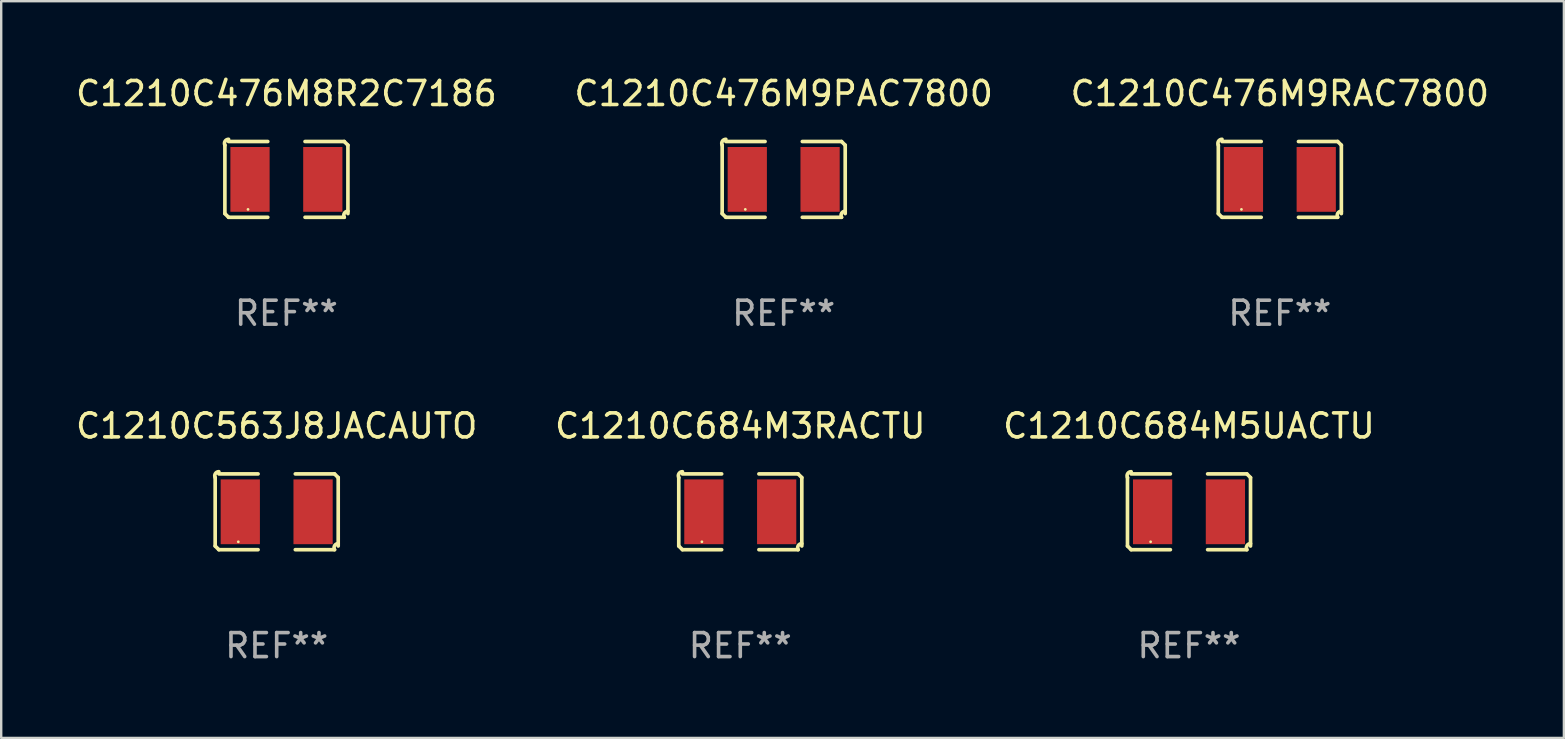
<source format=kicad_pcb>
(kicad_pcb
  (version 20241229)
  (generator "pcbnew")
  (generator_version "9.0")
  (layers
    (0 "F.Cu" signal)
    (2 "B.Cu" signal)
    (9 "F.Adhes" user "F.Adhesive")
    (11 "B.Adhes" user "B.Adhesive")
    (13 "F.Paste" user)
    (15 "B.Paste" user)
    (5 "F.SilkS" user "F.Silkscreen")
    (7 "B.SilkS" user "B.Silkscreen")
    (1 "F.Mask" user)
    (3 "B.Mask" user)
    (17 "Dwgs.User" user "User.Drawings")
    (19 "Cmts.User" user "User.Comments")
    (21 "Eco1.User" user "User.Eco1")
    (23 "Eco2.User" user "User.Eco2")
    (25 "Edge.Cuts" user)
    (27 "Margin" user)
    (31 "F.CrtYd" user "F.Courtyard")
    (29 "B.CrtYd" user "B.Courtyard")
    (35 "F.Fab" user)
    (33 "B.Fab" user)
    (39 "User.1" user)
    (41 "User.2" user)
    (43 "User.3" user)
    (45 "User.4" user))
  (footprint "C1210C684M3RACTU"
    (layer "F.Cu")
    (at 27.804 18.281)
    (property "Reference" "C1210C684M3RACTU" (at 0 -3.579 0) (layer "F.SilkS") (effects (font (size 1 1) (thickness 0.15))))
    (attr through_hole)
    (fp_line (start -2.564 1.426) (end -2.564 -1.426) (stroke (width 0.152) (type solid)) (layer "F.SilkS"))
    (fp_line (start -2.411 -1.579) (end -0.776 -1.579) (stroke (width 0.152) (type solid)) (layer "F.SilkS"))
    (fp_line (start -0.776 1.579) (end -2.411 1.579) (stroke (width 0.152) (type solid)) (layer "F.SilkS"))
    (fp_line (start 0.776 1.579) (end 2.411 1.579) (stroke (width 0.152) (type solid)) (layer "F.SilkS"))
    (fp_line (start 2.411 -1.579) (end 0.776 -1.579) (stroke (width 0.152) (type solid)) (layer "F.SilkS"))
    (fp_line (start 2.564 1.426) (end 2.564 -1.426) (stroke (width 0.152) (type solid)) (layer "F.SilkS"))
    (fp_arc (start -2.563602 -1.426213) (mid -2.555597 -1.591233) (end -2.411201 -1.671518) (stroke (width 0.1524) (type solid)) (layer "F.SilkS"))
    (fp_arc (start -2.5636 1.426214) (mid -2.487389 1.502402) (end -2.411201 1.578613) (stroke (width 0.1524) (type solid)) (layer "F.SilkS"))
    (fp_arc (start 2.411197 -1.578618) (mid 2.487403 -1.502419) (end 2.563602 -1.426213) (stroke (width 0.1524) (type solid)) (layer "F.SilkS"))
    (fp_arc (start 2.411201 1.578613) (mid 2.416214 1.409455) (end 2.563602 1.32629) (stroke (width 0.1524) (type solid)) (layer "F.SilkS"))
    (fp_circle (center -1.6 1.25) (end -1.57 1.25) (stroke (width 0.06) (type solid)) (fill no) (layer "F.SilkS"))
    (fp_text user "REF**" (at 0 5.579 0) (layer "F.Fab") (effects (font (size 1 1) (thickness 0.15))))
    (pad "1" smd rect (at -1.517 0) (size 1.635 2.7) (layers "F.Cu" "F.Mask" "F.Paste"))
    (pad "2" smd rect (at 1.517 0) (size 1.635 2.7) (layers "F.Cu" "F.Mask" "F.Paste")))
  (footprint "C1210C684M5UACTU"
    (layer "F.Cu")
    (at 46.506 18.281)
    (property "Reference" "C1210C684M5UACTU" (at 0 -3.579 0) (layer "F.SilkS") (effects (font (size 1 1) (thickness 0.15))))
    (attr through_hole)
    (fp_line (start -2.564 1.426) (end -2.564 -1.426) (stroke (width 0.152) (type solid)) (layer "F.SilkS"))
    (fp_line (start -2.411 -1.579) (end -0.776 -1.579) (stroke (width 0.152) (type solid)) (layer "F.SilkS"))
    (fp_line (start -0.776 1.579) (end -2.411 1.579) (stroke (width 0.152) (type solid)) (layer "F.SilkS"))
    (fp_line (start 0.776 1.579) (end 2.411 1.579) (stroke (width 0.152) (type solid)) (layer "F.SilkS"))
    (fp_line (start 2.411 -1.579) (end 0.776 -1.579) (stroke (width 0.152) (type solid)) (layer "F.SilkS"))
    (fp_line (start 2.564 1.426) (end 2.564 -1.426) (stroke (width 0.152) (type solid)) (layer "F.SilkS"))
    (fp_arc (start -2.563602 -1.426213) (mid -2.555597 -1.591233) (end -2.411201 -1.671518) (stroke (width 0.1524) (type solid)) (layer "F.SilkS"))
    (fp_arc (start -2.5636 1.426214) (mid -2.487389 1.502402) (end -2.411201 1.578613) (stroke (width 0.1524) (type solid)) (layer "F.SilkS"))
    (fp_arc (start 2.411197 -1.578618) (mid 2.487403 -1.502419) (end 2.563602 -1.426213) (stroke (width 0.1524) (type solid)) (layer "F.SilkS"))
    (fp_arc (start 2.411201 1.578613) (mid 2.416214 1.409455) (end 2.563602 1.32629) (stroke (width 0.1524) (type solid)) (layer "F.SilkS"))
    (fp_circle (center -1.6 1.25) (end -1.57 1.25) (stroke (width 0.06) (type solid)) (fill no) (layer "F.SilkS"))
    (fp_text user "REF**" (at 0 5.579 0) (layer "F.Fab") (effects (font (size 1 1) (thickness 0.15))))
    (pad "1" smd rect (at -1.517 0) (size 1.635 2.7) (layers "F.Cu" "F.Mask" "F.Paste"))
    (pad "2" smd rect (at 1.517 0) (size 1.635 2.7) (layers "F.Cu" "F.Mask" "F.Paste")))
  (footprint "C1210C476M9PAC7800"
    (layer "F.Cu")
    (at 29.613 4.427)
    (property "Reference" "C1210C476M9PAC7800" (at 0 -3.579 0) (layer "F.SilkS") (effects (font (size 1 1) (thickness 0.15))))
    (attr through_hole)
    (fp_line (start -2.564 1.426) (end -2.564 -1.426) (stroke (width 0.152) (type solid)) (layer "F.SilkS"))
    (fp_line (start -2.411 -1.579) (end -0.776 -1.579) (stroke (width 0.152) (type solid)) (layer "F.SilkS"))
    (fp_line (start -0.776 1.579) (end -2.411 1.579) (stroke (width 0.152) (type solid)) (layer "F.SilkS"))
    (fp_line (start 0.776 1.579) (end 2.411 1.579) (stroke (width 0.152) (type solid)) (layer "F.SilkS"))
    (fp_line (start 2.411 -1.579) (end 0.776 -1.579) (stroke (width 0.152) (type solid)) (layer "F.SilkS"))
    (fp_line (start 2.564 1.426) (end 2.564 -1.426) (stroke (width 0.152) (type solid)) (layer "F.SilkS"))
    (fp_arc (start -2.563602 -1.426213) (mid -2.555597 -1.591233) (end -2.411201 -1.671518) (stroke (width 0.1524) (type solid)) (layer "F.SilkS"))
    (fp_arc (start -2.5636 1.426214) (mid -2.487389 1.502402) (end -2.411201 1.578613) (stroke (width 0.1524) (type solid)) (layer "F.SilkS"))
    (fp_arc (start 2.411197 -1.578618) (mid 2.487403 -1.502419) (end 2.563602 -1.426213) (stroke (width 0.1524) (type solid)) (layer "F.SilkS"))
    (fp_arc (start 2.411201 1.578613) (mid 2.416214 1.409455) (end 2.563602 1.32629) (stroke (width 0.1524) (type solid)) (layer "F.SilkS"))
    (fp_circle (center -1.6 1.25) (end -1.57 1.25) (stroke (width 0.06) (type solid)) (fill no) (layer "F.SilkS"))
    (fp_text user "REF**" (at 0 5.579 0) (layer "F.Fab") (effects (font (size 1 1) (thickness 0.15))))
    (pad "1" smd rect (at -1.517 0) (size 1.635 2.7) (layers "F.Cu" "F.Mask" "F.Paste"))
    (pad "2" smd rect (at 1.517 0) (size 1.635 2.7) (layers "F.Cu" "F.Mask" "F.Paste")))
  (footprint "C1210C563J8JACAUTO"
    (layer "F.Cu")
    (at 8.482 18.281)
    (property "Reference" "C1210C563J8JACAUTO" (at 0 -3.579 0) (layer "F.SilkS") (effects (font (size 1 1) (thickness 0.15))))
    (attr through_hole)
    (fp_line (start -2.564 1.426) (end -2.564 -1.426) (stroke (width 0.152) (type solid)) (layer "F.SilkS"))
    (fp_line (start -2.411 -1.579) (end -0.776 -1.579) (stroke (width 0.152) (type solid)) (layer "F.SilkS"))
    (fp_line (start -0.776 1.579) (end -2.411 1.579) (stroke (width 0.152) (type solid)) (layer "F.SilkS"))
    (fp_line (start 0.776 1.579) (end 2.411 1.579) (stroke (width 0.152) (type solid)) (layer "F.SilkS"))
    (fp_line (start 2.411 -1.579) (end 0.776 -1.579) (stroke (width 0.152) (type solid)) (layer "F.SilkS"))
    (fp_line (start 2.564 1.426) (end 2.564 -1.426) (stroke (width 0.152) (type solid)) (layer "F.SilkS"))
    (fp_arc (start -2.563602 -1.426213) (mid -2.555597 -1.591233) (end -2.411201 -1.671518) (stroke (width 0.1524) (type solid)) (layer "F.SilkS"))
    (fp_arc (start -2.5636 1.426214) (mid -2.487389 1.502402) (end -2.411201 1.578613) (stroke (width 0.1524) (type solid)) (layer "F.SilkS"))
    (fp_arc (start 2.411197 -1.578618) (mid 2.487403 -1.502419) (end 2.563602 -1.426213) (stroke (width 0.1524) (type solid)) (layer "F.SilkS"))
    (fp_arc (start 2.411201 1.578613) (mid 2.416214 1.409455) (end 2.563602 1.32629) (stroke (width 0.1524) (type solid)) (layer "F.SilkS"))
    (fp_circle (center -1.6 1.25) (end -1.57 1.25) (stroke (width 0.06) (type solid)) (fill no) (layer "F.SilkS"))
    (fp_text user "REF**" (at 0 5.579 0) (layer "F.Fab") (effects (font (size 1 1) (thickness 0.15))))
    (pad "1" smd rect (at -1.517 0) (size 1.635 2.7) (layers "F.Cu" "F.Mask" "F.Paste"))
    (pad "2" smd rect (at 1.517 0) (size 1.635 2.7) (layers "F.Cu" "F.Mask" "F.Paste")))
  (footprint "C1210C476M9RAC7800"
    (layer "F.Cu")
    (at 50.292 4.427)
    (property "Reference" "C1210C476M9RAC7800" (at 0 -3.579 0) (layer "F.SilkS") (effects (font (size 1 1) (thickness 0.15))))
    (attr through_hole)
    (fp_line (start -2.564 1.426) (end -2.564 -1.426) (stroke (width 0.152) (type solid)) (layer "F.SilkS"))
    (fp_line (start -2.411 -1.579) (end -0.776 -1.579) (stroke (width 0.152) (type solid)) (layer "F.SilkS"))
    (fp_line (start -0.776 1.579) (end -2.411 1.579) (stroke (width 0.152) (type solid)) (layer "F.SilkS"))
    (fp_line (start 0.776 1.579) (end 2.411 1.579) (stroke (width 0.152) (type solid)) (layer "F.SilkS"))
    (fp_line (start 2.411 -1.579) (end 0.776 -1.579) (stroke (width 0.152) (type solid)) (layer "F.SilkS"))
    (fp_line (start 2.564 1.426) (end 2.564 -1.426) (stroke (width 0.152) (type solid)) (layer "F.SilkS"))
    (fp_arc (start -2.563602 -1.426213) (mid -2.555597 -1.591233) (end -2.411201 -1.671518) (stroke (width 0.1524) (type solid)) (layer "F.SilkS"))
    (fp_arc (start -2.5636 1.426214) (mid -2.487389 1.502402) (end -2.411201 1.578613) (stroke (width 0.1524) (type solid)) (layer "F.SilkS"))
    (fp_arc (start 2.411197 -1.578618) (mid 2.487403 -1.502419) (end 2.563602 -1.426213) (stroke (width 0.1524) (type solid)) (layer "F.SilkS"))
    (fp_arc (start 2.411201 1.578613) (mid 2.416214 1.409455) (end 2.563602 1.32629) (stroke (width 0.1524) (type solid)) (layer "F.SilkS"))
    (fp_circle (center -1.6 1.25) (end -1.57 1.25) (stroke (width 0.06) (type solid)) (fill no) (layer "F.SilkS"))
    (fp_text user "REF**" (at 0 5.579 0) (layer "F.Fab") (effects (font (size 1 1) (thickness 0.15))))
    (pad "1" smd rect (at -1.517 0) (size 1.635 2.7) (layers "F.Cu" "F.Mask" "F.Paste"))
    (pad "2" smd rect (at 1.517 0) (size 1.635 2.7) (layers "F.Cu" "F.Mask" "F.Paste")))
  (footprint "C1210C476M8R2C7186"
    (layer "F.Cu")
    (at 8.887 4.427)
    (property "Reference" "C1210C476M8R2C7186" (at 0 -3.579 0) (layer "F.SilkS") (effects (font (size 1 1) (thickness 0.15))))
    (attr through_hole)
    (fp_line (start -2.564 1.426) (end -2.564 -1.426) (stroke (width 0.152) (type solid)) (layer "F.SilkS"))
    (fp_line (start -2.411 -1.579) (end -0.776 -1.579) (stroke (width 0.152) (type solid)) (layer "F.SilkS"))
    (fp_line (start -0.776 1.579) (end -2.411 1.579) (stroke (width 0.152) (type solid)) (layer "F.SilkS"))
    (fp_line (start 0.776 1.579) (end 2.411 1.579) (stroke (width 0.152) (type solid)) (layer "F.SilkS"))
    (fp_line (start 2.411 -1.579) (end 0.776 -1.579) (stroke (width 0.152) (type solid)) (layer "F.SilkS"))
    (fp_line (start 2.564 1.426) (end 2.564 -1.426) (stroke (width 0.152) (type solid)) (layer "F.SilkS"))
    (fp_arc (start -2.563602 -1.426213) (mid -2.555597 -1.591233) (end -2.411201 -1.671518) (stroke (width 0.1524) (type solid)) (layer "F.SilkS"))
    (fp_arc (start -2.5636 1.426214) (mid -2.487389 1.502402) (end -2.411201 1.578613) (stroke (width 0.1524) (type solid)) (layer "F.SilkS"))
    (fp_arc (start 2.411197 -1.578618) (mid 2.487403 -1.502419) (end 2.563602 -1.426213) (stroke (width 0.1524) (type solid)) (layer "F.SilkS"))
    (fp_arc (start 2.411201 1.578613) (mid 2.416214 1.409455) (end 2.563602 1.32629) (stroke (width 0.1524) (type solid)) (layer "F.SilkS"))
    (fp_circle (center -1.6 1.25) (end -1.57 1.25) (stroke (width 0.06) (type solid)) (fill no) (layer "F.SilkS"))
    (fp_text user "REF**" (at 0 5.579 0) (layer "F.Fab") (effects (font (size 1 1) (thickness 0.15))))
    (pad "1" smd rect (at -1.517 0) (size 1.635 2.7) (layers "F.Cu" "F.Mask" "F.Paste"))
    (pad "2" smd rect (at 1.517 0) (size 1.635 2.7) (layers "F.Cu" "F.Mask" "F.Paste")))
  (gr_rect
    (start -3 -3)
    (end 62.131 27.707)
    (stroke (width 0.1) (type default))
    (fill no)
    (layer "Edge.Cuts")))
</source>
